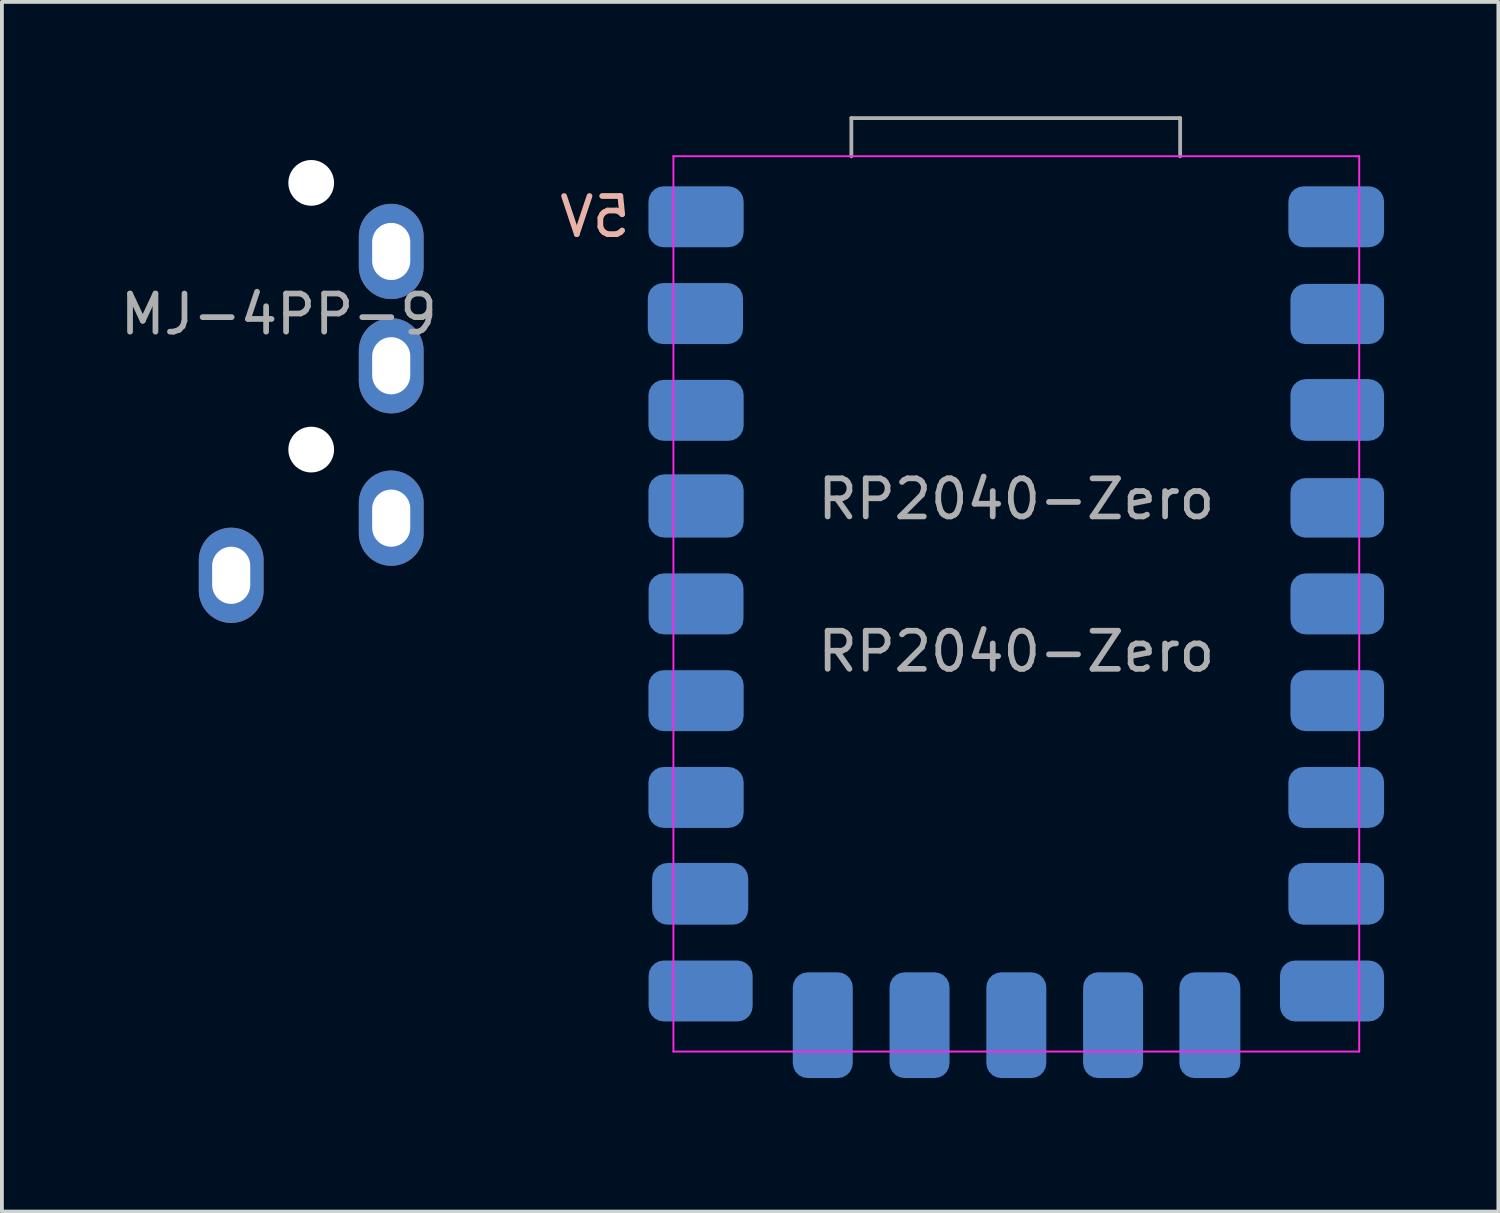
<source format=kicad_pcb>
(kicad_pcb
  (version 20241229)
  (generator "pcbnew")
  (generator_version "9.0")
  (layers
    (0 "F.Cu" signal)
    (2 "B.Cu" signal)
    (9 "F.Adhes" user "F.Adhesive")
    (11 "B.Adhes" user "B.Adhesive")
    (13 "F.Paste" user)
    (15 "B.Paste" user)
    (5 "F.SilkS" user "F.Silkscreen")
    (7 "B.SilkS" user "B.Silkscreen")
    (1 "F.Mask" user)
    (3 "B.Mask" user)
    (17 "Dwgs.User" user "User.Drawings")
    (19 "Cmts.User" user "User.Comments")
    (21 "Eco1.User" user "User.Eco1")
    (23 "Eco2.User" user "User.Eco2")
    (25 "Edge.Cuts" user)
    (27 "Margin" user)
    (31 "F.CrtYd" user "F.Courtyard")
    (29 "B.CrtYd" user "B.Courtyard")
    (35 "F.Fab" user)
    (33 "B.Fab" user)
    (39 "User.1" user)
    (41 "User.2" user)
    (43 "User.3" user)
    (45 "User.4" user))
  (footprint "RP2040-Zero"
    (layer "F.Cu")
    (at 13.465 25.5)
    (property "Reference" "RP2040-Zero" (at 10.16 -15.45 0) (unlocked yes) (layer "F.Fab") (effects (font (size 1 1) (thickness 0.15))))
    (attr through_hole)
    (fp_line (start 1.16 -24.45) (end 19.16 -24.45) (stroke (width 0.05) (type solid)) (layer "F.CrtYd"))
    (fp_line (start 1.16 -0.95) (end 1.16 -24.45) (stroke (width 0.05) (type solid)) (layer "F.CrtYd"))
    (fp_line (start 19.16 -24.45) (end 19.16 -0.95) (stroke (width 0.05) (type solid)) (layer "F.CrtYd"))
    (fp_line (start 19.16 -0.95) (end 1.16 -0.95) (stroke (width 0.05) (type solid)) (layer "F.CrtYd"))
    (fp_line (start 5.83 -25.45) (end 5.83 -24.45) (stroke (width 0.1) (type solid)) (layer "F.Fab"))
    (fp_line (start 5.83 -25.45) (end 14.46 -25.45) (stroke (width 0.1) (type solid)) (layer "F.Fab"))
    (fp_line (start 14.46 -25.45) (end 14.46 -24.45) (stroke (width 0.1) (type solid)) (layer "F.Fab"))
    (fp_text user "5V" (at -0.9 -22.86 0) (unlocked yes) (layer "B.SilkS") (effects (font (size 1 1) (thickness 0.15)) (justify mirror)))
    (fp_text user "${REFERENCE}" (at 10.16 -11.45 0) (unlocked yes) (layer "F.Fab") (effects (font (size 1 1) (thickness 0.15))))
    (pad "1" smd roundrect (at 17.78 -22.86) (size 2.512 1.6) (drill (offset 0.776 0)) (layers "B.Cu" "B.Mask" "B.Paste") (roundrect_rratio 0.25))
    (pad "2" smd roundrect (at 17.78 -20.32) (size 2.457 1.58) (drill (offset 0.803 0.01)) (layers "B.Cu" "B.Mask" "B.Paste") (roundrect_rratio 0.25))
    (pad "3" smd roundrect (at 17.78 -17.78) (size 2.457 1.62) (drill (offset 0.803 -0.01)) (layers "B.Cu" "B.Mask" "B.Paste") (roundrect_rratio 0.25))
    (pad "4" smd roundrect (at 17.78 -15.24) (size 2.457 1.56) (drill (offset 0.803 0.02)) (layers "B.Cu" "B.Mask" "B.Paste") (roundrect_rratio 0.25))
    (pad "5" smd roundrect (at 17.78 -12.7) (size 2.457 1.6) (drill (offset 0.803 0)) (layers "B.Cu" "B.Mask" "B.Paste") (roundrect_rratio 0.25))
    (pad "6" smd roundrect (at 17.78 -10.16) (size 2.457 1.6) (drill (offset 0.803 0)) (layers "B.Cu" "B.Mask" "B.Paste") (roundrect_rratio 0.25))
    (pad "7" smd roundrect (at 17.78 -7.62) (size 2.512 1.6) (drill (offset 0.776 0)) (layers "B.Cu" "B.Mask" "B.Paste") (roundrect_rratio 0.25))
    (pad "8" smd roundrect (at 17.78 -5.08) (size 2.512 1.62) (drill (offset 0.776 -0.01)) (layers "B.Cu" "B.Mask" "B.Paste") (roundrect_rratio 0.25))
    (pad "9" smd roundrect (at 17.78 -2.54) (size 2.732 1.6) (drill (offset 0.666 0)) (layers "B.Cu" "B.Mask" "B.Paste") (roundrect_rratio 0.25))
    (pad "10" smd roundrect (at 15.24 -2.33) (size 1.6 2.776) (drill (offset 0 0.688)) (layers "B.Cu" "B.Mask" "B.Paste") (roundrect_rratio 0.25))
    (pad "11" smd roundrect (at 12.7 -2.33) (size 1.575 2.776) (drill (offset 0 0.688)) (layers "B.Cu" "B.Mask" "B.Paste") (roundrect_rratio 0.25))
    (pad "12" smd roundrect (at 10.16 -2.33) (size 1.575 2.776) (drill (offset 0 0.688)) (layers "B.Cu" "B.Mask" "B.Paste") (roundrect_rratio 0.25))
    (pad "13" smd roundrect (at 7.62 -2.33) (size 1.575 2.776) (drill (offset 0 0.688)) (layers "B.Cu" "B.Mask" "B.Paste") (roundrect_rratio 0.25))
    (pad "14" smd roundrect (at 5.08 -2.33) (size 1.575 2.776) (drill (offset 0 0.688)) (layers "B.Cu" "B.Mask" "B.Paste") (roundrect_rratio 0.25))
    (pad "15" smd roundrect (at 2.54 -2.54) (size 2.732 1.6) (drill (offset -0.666 0)) (layers "B.Cu" "B.Mask" "B.Paste") (roundrect_rratio 0.25))
    (pad "16" smd roundrect (at 2.54 -5.08) (size 2.524 1.62) (drill (offset -0.678 -0.01)) (layers "B.Cu" "B.Mask" "B.Paste") (roundrect_rratio 0.25))
    (pad "17" smd roundrect (at 2.54 -7.62) (size 2.5 1.6) (drill (offset -0.786 0)) (layers "B.Cu" "B.Mask" "B.Paste") (roundrect_rratio 0.25))
    (pad "18" smd roundrect (at 2.54 -10.16) (size 2.5 1.6) (drill (offset -0.786 0)) (layers "B.Cu" "B.Mask" "B.Paste") (roundrect_rratio 0.25))
    (pad "19" smd roundrect (at 2.54 -12.7) (size 2.492 1.6) (drill (offset -0.786 0)) (layers "B.Cu" "B.Mask" "B.Paste") (roundrect_rratio 0.25))
    (pad "20" smd roundrect (at 2.54 -15.24) (size 2.5 1.66) (drill (offset -0.786 -0.03)) (layers "B.Cu" "B.Mask" "B.Paste") (roundrect_rratio 0.25))
    (pad "21" smd roundrect (at 2.54 -17.78) (size 2.5 1.6) (drill (offset -0.786 0)) (layers "B.Cu" "B.Mask" "B.Paste") (roundrect_rratio 0.25))
    (pad "22" smd roundrect (at 2.54 -20.32) (size 2.5 1.6) (drill (offset -0.803 0)) (layers "B.Cu" "B.Mask" "B.Paste") (roundrect_rratio 0.25))
    (pad "23" smd roundrect (at 2.54 -22.86) (size 2.5 1.6) (drill (offset -0.786 0)) (layers "B.Cu" "B.Mask" "B.Paste") (roundrect_rratio 0.25)))
  (footprint "MJ-4PP-9"
    (layer "F.Cu")
    (at 5.118 0.25)
    (property "Reference" "MJ-4PP-9" (at -0.85 4.95 0) (layer "F.Fab") (effects (font (size 1 1) (thickness 0.15))))
    (attr through_hole)
    (fp_line (start -3 0) (end 3 0) (stroke (width 0.15) (type solid)) (layer "User.3"))
    (fp_line (start -3 12) (end -3 0) (stroke (width 0.15) (type solid)) (layer "User.3"))
    (fp_line (start 3 0) (end 3 12) (stroke (width 0.15) (type solid)) (layer "User.3"))
    (fp_line (start 3 12) (end -3 12) (stroke (width 0.15) (type solid)) (layer "User.3"))
    (fp_text user "TRRS" (at -0.75 6.45 0) (layer "User.3") (effects (font (size 1 1) (thickness 0.15))))
    (pad "" smd oval (at -2.1 11.8) (size 2 2.8) (layers "B.Adhes"))
    (pad "" np_thru_hole circle (at 0 1.5) (size 1.2 1.2) (drill 1.2) (layers "*.Cu" "*.Mask"))
    (pad "" np_thru_hole circle (at 0 8.5) (size 1.2 1.2) (drill 1.2) (layers "*.Cu" "*.Mask"))
    (pad "" smd oval (at 2.1 3.3) (size 2 2.8) (layers "B.Adhes"))
    (pad "" smd oval (at 2.1 6.3) (size 2 2.8) (layers "B.Adhes"))
    (pad "" smd oval (at 2.1 10.3) (size 2 2.8) (layers "B.Adhes"))
    (pad "A" thru_hole oval (at -2.1 11.8) (size 1.7 2.5) (drill oval 1 1.5) (layers "*.Cu" "*.Mask"))
    (pad "B" thru_hole oval (at 2.1 3.3) (size 1.7 2.5) (drill oval 1 1.5) (layers "*.Cu" "*.Mask"))
    (pad "C" thru_hole oval (at 2.1 6.3) (size 1.7 2.5) (drill oval 1 1.5) (layers "*.Cu" "*.Mask"))
    (pad "D" thru_hole oval (at 2.1 10.3) (size 1.7 2.5) (drill oval 1 1.5) (layers "*.Cu" "*.Mask")))
  (gr_rect
    (start -3 -3)
    (end 36.277 28.75)
    (stroke (width 0.1) (type default))
    (fill no)
    (layer "Edge.Cuts")))
</source>
